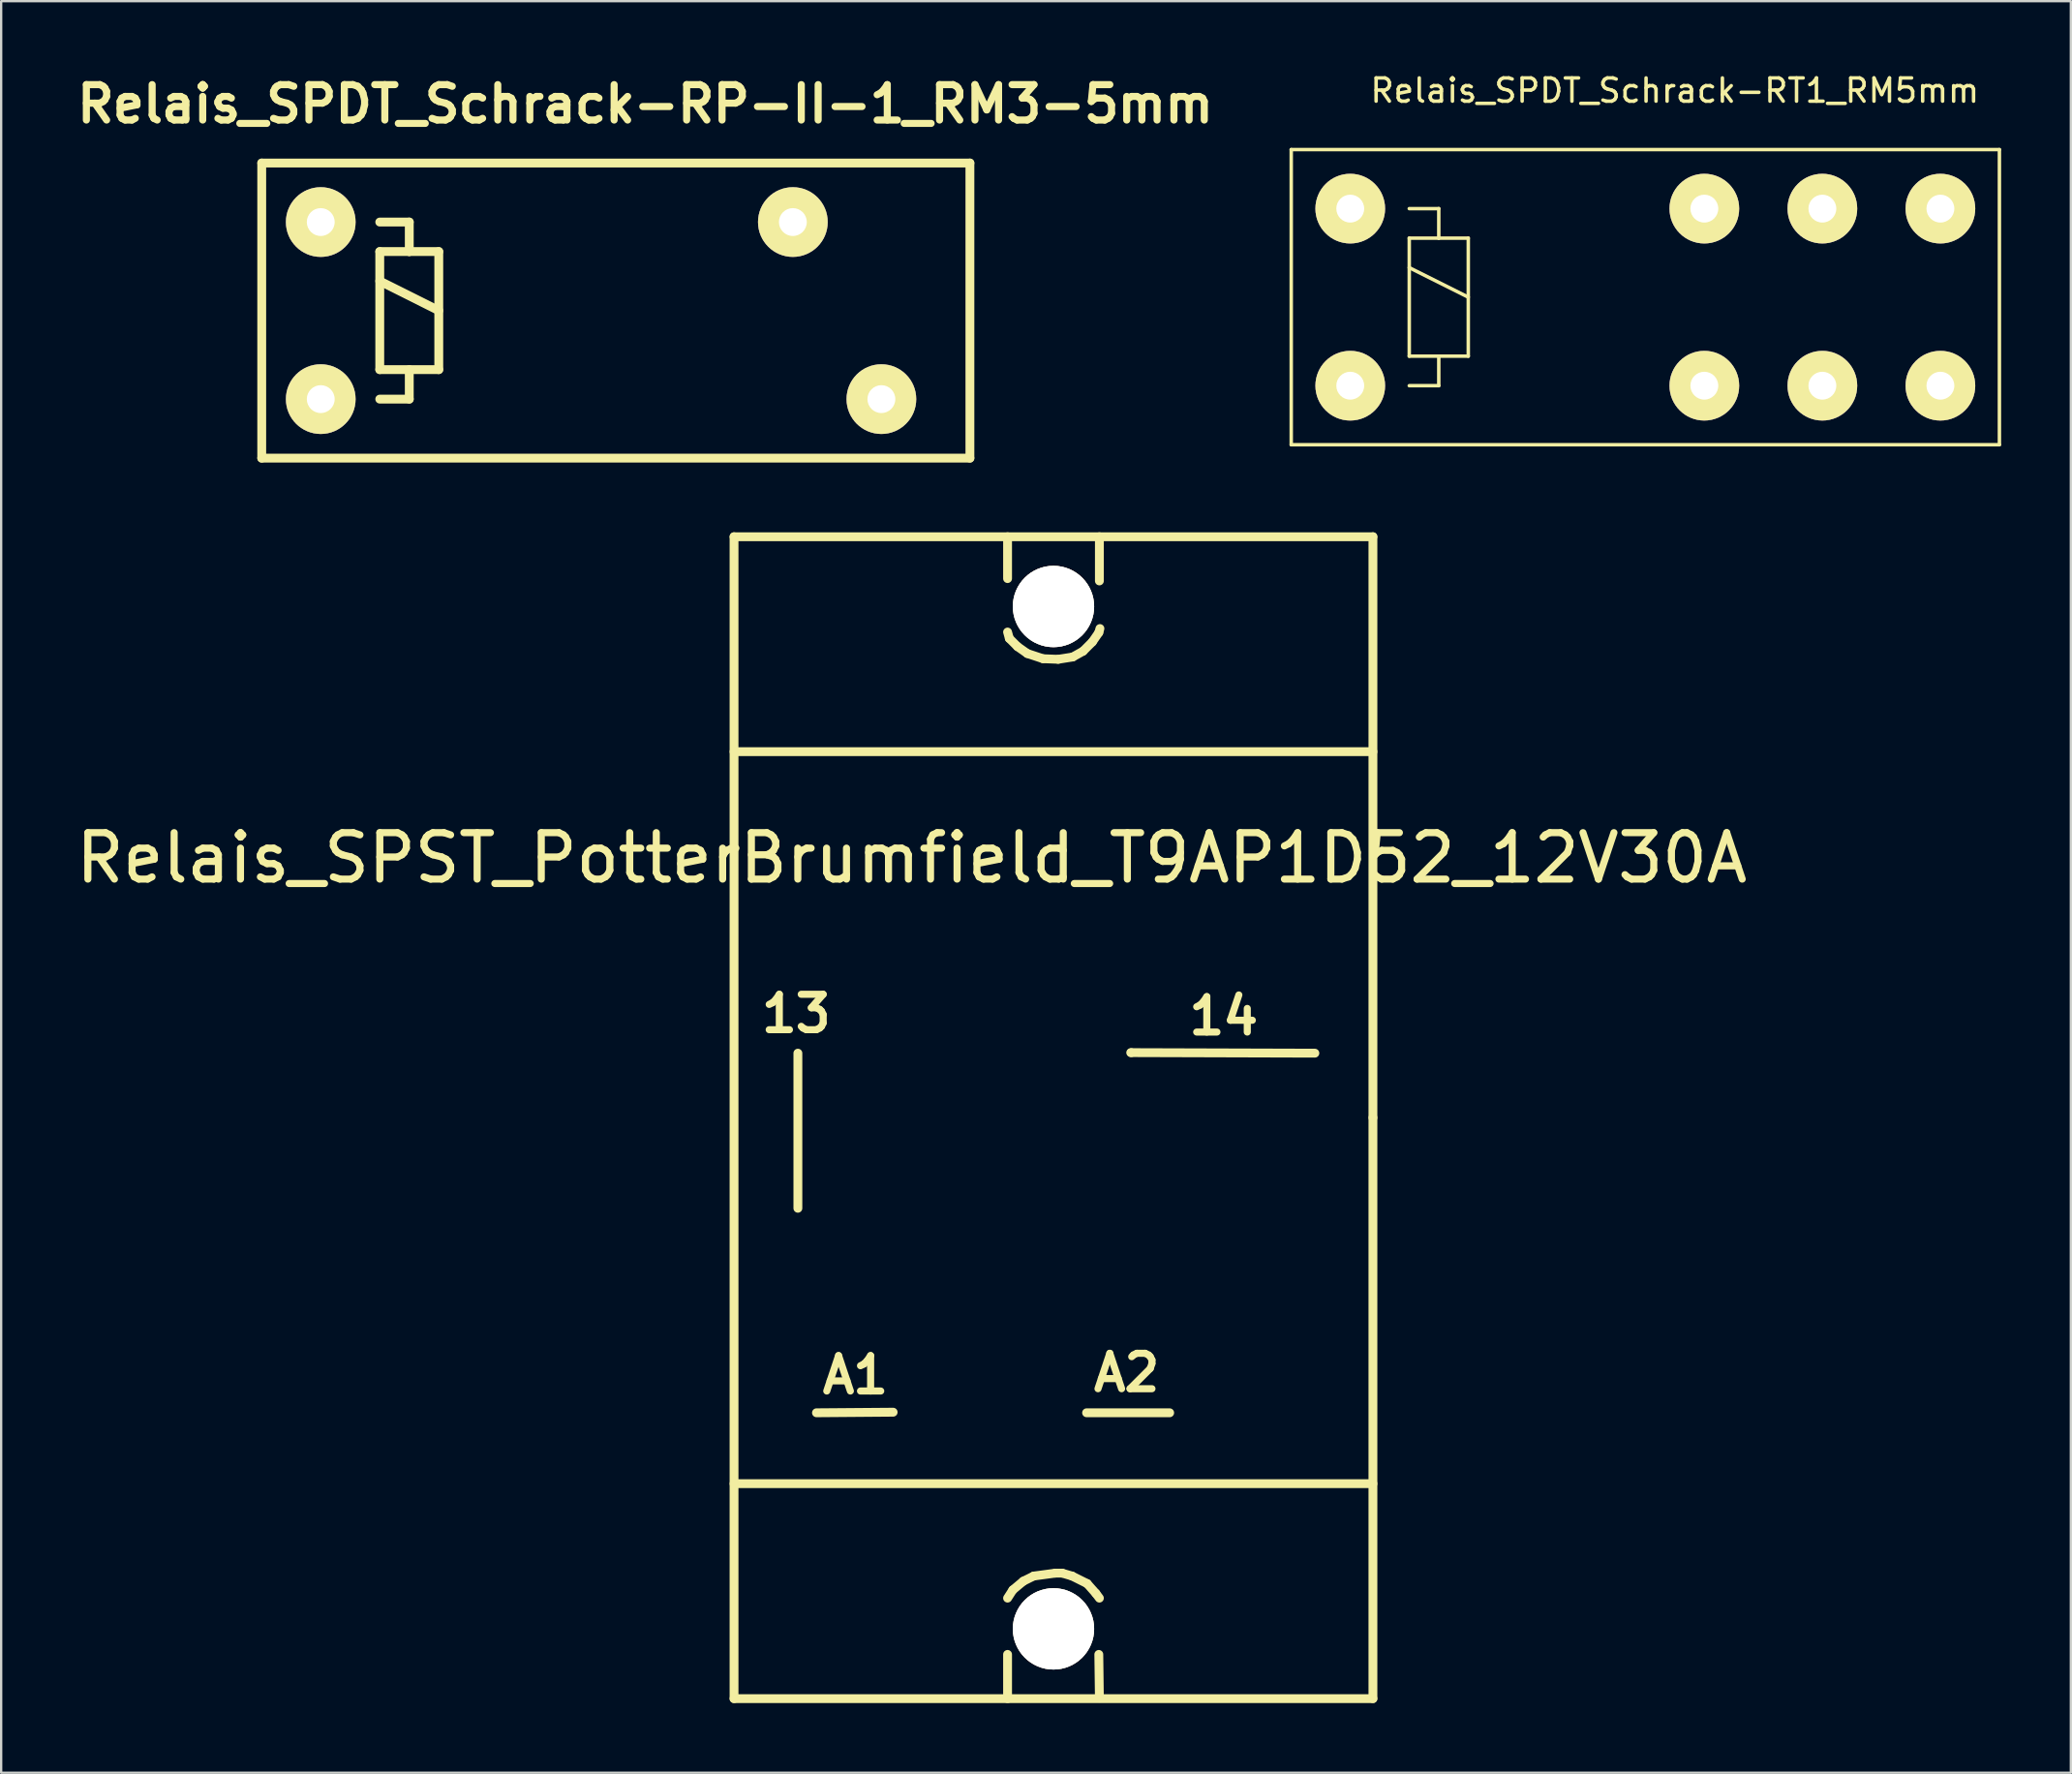
<source format=kicad_pcb>
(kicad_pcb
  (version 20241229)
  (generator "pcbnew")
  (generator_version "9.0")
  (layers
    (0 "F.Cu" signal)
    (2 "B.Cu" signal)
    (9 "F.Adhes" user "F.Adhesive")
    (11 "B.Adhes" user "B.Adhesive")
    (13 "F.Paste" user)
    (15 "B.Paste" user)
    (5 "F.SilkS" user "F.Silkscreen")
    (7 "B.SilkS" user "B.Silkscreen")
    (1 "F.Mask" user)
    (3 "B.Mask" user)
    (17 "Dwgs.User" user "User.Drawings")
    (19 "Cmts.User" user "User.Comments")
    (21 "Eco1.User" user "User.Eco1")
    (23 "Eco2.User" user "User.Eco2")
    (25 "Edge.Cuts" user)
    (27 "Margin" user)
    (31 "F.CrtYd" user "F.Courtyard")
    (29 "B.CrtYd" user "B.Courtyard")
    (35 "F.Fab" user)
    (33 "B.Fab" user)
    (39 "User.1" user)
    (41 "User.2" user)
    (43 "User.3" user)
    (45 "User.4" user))
  (footprint "Relais_SPST_PotterBrumfield_T9AP1D52_12V30A"
    (layer "F.Cu")
    (at 42.292 45.049)
    (property "Reference" "Relais_SPST_PotterBrumfield_T9AP1D52_12V30A" (at -6.101 -11.176 0) (layer "F.SilkS") (effects (font (size 1.999 1.999) (thickness 0.305))))
    (attr through_hole)
    (fp_line (start -13.749 -25.001) (end -13.749 25.001) (stroke (width 0.381) (type solid)) (layer "F.SilkS"))
    (fp_line (start -13.749 -15.751) (end 13.749 -15.751) (stroke (width 0.381) (type solid)) (layer "F.SilkS"))
    (fp_line (start -13.749 25.001) (end 13.749 25.001) (stroke (width 0.381) (type solid)) (layer "F.SilkS"))
    (fp_line (start -11.001 -2.776) (end -11.001 3.899) (stroke (width 0.381) (type solid)) (layer "F.SilkS"))
    (fp_line (start -6.901 12.675) (end -10.201 12.7) (stroke (width 0.381) (type solid)) (layer "F.SilkS"))
    (fp_line (start -1.976 -23.2) (end -1.976 -25.001) (stroke (width 0.381) (type solid)) (layer "F.SilkS"))
    (fp_line (start -1.976 -20.899) (end -1.9 -20.625) (stroke (width 0.381) (type solid)) (layer "F.SilkS"))
    (fp_line (start -1.976 23.099) (end -1.976 25.001) (stroke (width 0.381) (type solid)) (layer "F.SilkS"))
    (fp_line (start -1.9 -20.625) (end -1.549 -20.274) (stroke (width 0.381) (type solid)) (layer "F.SilkS"))
    (fp_line (start -1.75 20.325) (end -1.976 20.676) (stroke (width 0.381) (type solid)) (layer "F.SilkS"))
    (fp_line (start -1.549 -20.274) (end -1.125 -19.975) (stroke (width 0.381) (type solid)) (layer "F.SilkS"))
    (fp_line (start -1.3 19.949) (end -1.75 20.325) (stroke (width 0.381) (type solid)) (layer "F.SilkS"))
    (fp_line (start -1.125 -19.975) (end -0.45 -19.751) (stroke (width 0.381) (type solid)) (layer "F.SilkS"))
    (fp_line (start -0.851 19.726) (end -1.3 19.949) (stroke (width 0.381) (type solid)) (layer "F.SilkS"))
    (fp_line (start -0.45 -19.751) (end 0.201 -19.726) (stroke (width 0.381) (type solid)) (layer "F.SilkS"))
    (fp_line (start 0.076 19.601) (end -0.851 19.726) (stroke (width 0.381) (type solid)) (layer "F.SilkS"))
    (fp_line (start 0.201 -19.726) (end 0.826 -19.825) (stroke (width 0.381) (type solid)) (layer "F.SilkS"))
    (fp_line (start 0.376 19.601) (end 0.076 19.601) (stroke (width 0.381) (type solid)) (layer "F.SilkS"))
    (fp_line (start 0.8 19.726) (end 0.376 19.601) (stroke (width 0.381) (type solid)) (layer "F.SilkS"))
    (fp_line (start 0.826 -19.825) (end 1.275 -20.076) (stroke (width 0.381) (type solid)) (layer "F.SilkS"))
    (fp_line (start 1.275 -20.076) (end 1.674 -20.475) (stroke (width 0.381) (type solid)) (layer "F.SilkS"))
    (fp_line (start 1.425 12.7) (end 5.001 12.7) (stroke (width 0.381) (type solid)) (layer "F.SilkS"))
    (fp_line (start 1.45 20.051) (end 0.8 19.726) (stroke (width 0.381) (type solid)) (layer "F.SilkS"))
    (fp_line (start 1.674 -20.475) (end 1.951 -20.876) (stroke (width 0.381) (type solid)) (layer "F.SilkS"))
    (fp_line (start 1.826 20.475) (end 1.45 20.051) (stroke (width 0.381) (type solid)) (layer "F.SilkS"))
    (fp_line (start 1.951 -20.876) (end 1.999 -21.049) (stroke (width 0.381) (type solid)) (layer "F.SilkS"))
    (fp_line (start 1.951 23.099) (end 1.976 24.976) (stroke (width 0.381) (type solid)) (layer "F.SilkS"))
    (fp_line (start 1.976 -23.099) (end 1.976 -25.001) (stroke (width 0.381) (type solid)) (layer "F.SilkS"))
    (fp_line (start 1.976 20.676) (end 1.826 20.475) (stroke (width 0.381) (type solid)) (layer "F.SilkS"))
    (fp_line (start 3.35 -2.799) (end 3.325 -2.799) (stroke (width 0.381) (type solid)) (layer "F.SilkS"))
    (fp_line (start 11.25 -2.776) (end 3.35 -2.799) (stroke (width 0.381) (type solid)) (layer "F.SilkS"))
    (fp_line (start 13.749 -25.001) (end -13.749 -25.001) (stroke (width 0.381) (type solid)) (layer "F.SilkS"))
    (fp_line (start 13.749 0) (end 13.749 -25.001) (stroke (width 0.381) (type solid)) (layer "F.SilkS"))
    (fp_line (start 13.749 15.751) (end -13.749 15.751) (stroke (width 0.381) (type solid)) (layer "F.SilkS"))
    (fp_line (start 13.749 25.001) (end 13.749 0) (stroke (width 0.381) (type solid)) (layer "F.SilkS"))
    (fp_text user "A2" (at 3.15 10.975 0) (layer "F.SilkS") (effects (font (size 1.524 1.524) (thickness 0.305))))
    (fp_text user "A1" (at -8.524 11.074 0) (layer "F.SilkS") (effects (font (size 1.524 1.524) (thickness 0.305))))
    (fp_text user "14" (at 7.325 -4.374 0) (layer "F.SilkS") (effects (font (size 1.524 1.524) (thickness 0.305))))
    (fp_text user "13" (at -11.074 -4.475 0) (layer "F.SilkS") (effects (font (size 1.524 1.524) (thickness 0.305))))
    (pad "1" thru_hole circle (at 0 -21.999) (size 3.5 3.5) (drill 3.5) (layers "*.Cu" "*.Mask" "F.SilkS"))
    (pad "2" thru_hole circle (at 0 21.999) (size 3.5 3.5) (drill 3.5) (layers "*.Cu" "*.Mask" "F.SilkS")))
  (footprint "Relais_SPDT_Schrack-RT1_RM5mm"
    (layer "F.Cu")
    (at 55.065 13.548)
    (property "Reference" "Relais_SPDT_Schrack-RT1_RM5mm" (at 13.97 -12.7 0) (layer "F.SilkS") (effects (font (size 1 1) (thickness 0.15))))
    (attr through_hole)
    (fp_line (start -2.54 -10.16) (end 27.94 -10.16) (stroke (width 0.15) (type solid)) (layer "F.SilkS"))
    (fp_line (start -2.54 2.54) (end -2.54 -10.16) (stroke (width 0.15) (type solid)) (layer "F.SilkS"))
    (fp_line (start 2.54 -7.62) (end 3.81 -7.62) (stroke (width 0.15) (type solid)) (layer "F.SilkS"))
    (fp_line (start 2.54 -6.35) (end 3.81 -6.35) (stroke (width 0.15) (type solid)) (layer "F.SilkS"))
    (fp_line (start 2.54 -5.08) (end 5.08 -3.81) (stroke (width 0.15) (type solid)) (layer "F.SilkS"))
    (fp_line (start 2.54 -1.27) (end 2.54 -6.35) (stroke (width 0.15) (type solid)) (layer "F.SilkS"))
    (fp_line (start 3.81 -7.62) (end 3.81 -6.35) (stroke (width 0.15) (type solid)) (layer "F.SilkS"))
    (fp_line (start 3.81 -6.35) (end 5.08 -6.35) (stroke (width 0.15) (type solid)) (layer "F.SilkS"))
    (fp_line (start 3.81 -1.27) (end 3.81 0) (stroke (width 0.15) (type solid)) (layer "F.SilkS"))
    (fp_line (start 3.81 0) (end 2.54 0) (stroke (width 0.15) (type solid)) (layer "F.SilkS"))
    (fp_line (start 5.08 -6.35) (end 5.08 -1.27) (stroke (width 0.15) (type solid)) (layer "F.SilkS"))
    (fp_line (start 5.08 -1.27) (end 2.54 -1.27) (stroke (width 0.15) (type solid)) (layer "F.SilkS"))
    (fp_line (start 27.94 -10.16) (end 27.94 2.54) (stroke (width 0.15) (type solid)) (layer "F.SilkS"))
    (fp_line (start 27.94 2.54) (end -2.54 2.54) (stroke (width 0.15) (type solid)) (layer "F.SilkS"))
    (pad "11" thru_hole circle (at 20.32 -7.62) (size 3 3) (drill 1.199) (layers "*.Cu" "*.Mask" "F.SilkS"))
    (pad "11" thru_hole circle (at 20.32 0) (size 3 3) (drill 1.199) (layers "*.Cu" "*.Mask" "F.SilkS"))
    (pad "12" thru_hole circle (at 15.24 -7.62) (size 3 3) (drill 1.199) (layers "*.Cu" "*.Mask" "F.SilkS"))
    (pad "12" thru_hole circle (at 15.24 0) (size 3 3) (drill 1.199) (layers "*.Cu" "*.Mask" "F.SilkS"))
    (pad "14" thru_hole circle (at 25.4 -7.62) (size 3 3) (drill 1.199) (layers "*.Cu" "*.Mask" "F.SilkS"))
    (pad "14" thru_hole circle (at 25.4 0) (size 3 3) (drill 1.199) (layers "*.Cu" "*.Mask" "F.SilkS"))
    (pad "A1" thru_hole circle (at 0 -7.62) (size 3 3) (drill 1.199) (layers "*.Cu" "*.Mask" "F.SilkS"))
    (pad "A2" thru_hole circle (at 0 0) (size 3 3) (drill 1.199) (layers "*.Cu" "*.Mask" "F.SilkS")))
  (footprint "Relais_SPDT_Schrack-RP-II-1_RM3-5mm"
    (layer "F.Cu")
    (at 10.755 14.126)
    (property "Reference" "Relais_SPDT_Schrack-RP-II-1_RM3-5mm" (at 13.97 -12.7 0) (layer "F.SilkS") (effects (font (size 1.524 1.524) (thickness 0.305))))
    (attr through_hole)
    (fp_line (start -2.54 -10.16) (end 27.94 -10.16) (stroke (width 0.381) (type solid)) (layer "F.SilkS"))
    (fp_line (start -2.54 2.54) (end -2.54 -10.16) (stroke (width 0.381) (type solid)) (layer "F.SilkS"))
    (fp_line (start 2.54 -7.62) (end 3.81 -7.62) (stroke (width 0.381) (type solid)) (layer "F.SilkS"))
    (fp_line (start 2.54 -6.35) (end 3.81 -6.35) (stroke (width 0.381) (type solid)) (layer "F.SilkS"))
    (fp_line (start 2.54 -5.08) (end 5.08 -3.81) (stroke (width 0.381) (type solid)) (layer "F.SilkS"))
    (fp_line (start 2.54 -1.27) (end 2.54 -6.35) (stroke (width 0.381) (type solid)) (layer "F.SilkS"))
    (fp_line (start 3.81 -7.62) (end 3.81 -6.35) (stroke (width 0.381) (type solid)) (layer "F.SilkS"))
    (fp_line (start 3.81 -6.35) (end 5.08 -6.35) (stroke (width 0.381) (type solid)) (layer "F.SilkS"))
    (fp_line (start 3.81 -1.27) (end 3.81 0) (stroke (width 0.381) (type solid)) (layer "F.SilkS"))
    (fp_line (start 3.81 0) (end 2.54 0) (stroke (width 0.381) (type solid)) (layer "F.SilkS"))
    (fp_line (start 5.08 -6.35) (end 5.08 -1.27) (stroke (width 0.381) (type solid)) (layer "F.SilkS"))
    (fp_line (start 5.08 -1.27) (end 2.54 -1.27) (stroke (width 0.381) (type solid)) (layer "F.SilkS"))
    (fp_line (start 27.94 -10.16) (end 27.94 2.54) (stroke (width 0.381) (type solid)) (layer "F.SilkS"))
    (fp_line (start 27.94 2.54) (end -2.54 2.54) (stroke (width 0.381) (type solid)) (layer "F.SilkS"))
    (pad "11" thru_hole circle (at 20.32 -7.62) (size 3 3) (drill 1.199) (layers "*.Cu" "*.Mask" "F.SilkS"))
    (pad "14" thru_hole circle (at 24.13 0) (size 3 3) (drill 1.199) (layers "*.Cu" "*.Mask" "F.SilkS"))
    (pad "A1" thru_hole circle (at 0 -7.62) (size 3 3) (drill 1.199) (layers "*.Cu" "*.Mask" "F.SilkS"))
    (pad "A2" thru_hole circle (at 0 0) (size 3 3) (drill 1.199) (layers "*.Cu" "*.Mask" "F.SilkS")))
  (gr_rect
    (start -3 -3)
    (end 86.08 73.24)
    (stroke (width 0.1) (type default))
    (fill no)
    (layer "Edge.Cuts")))
</source>
